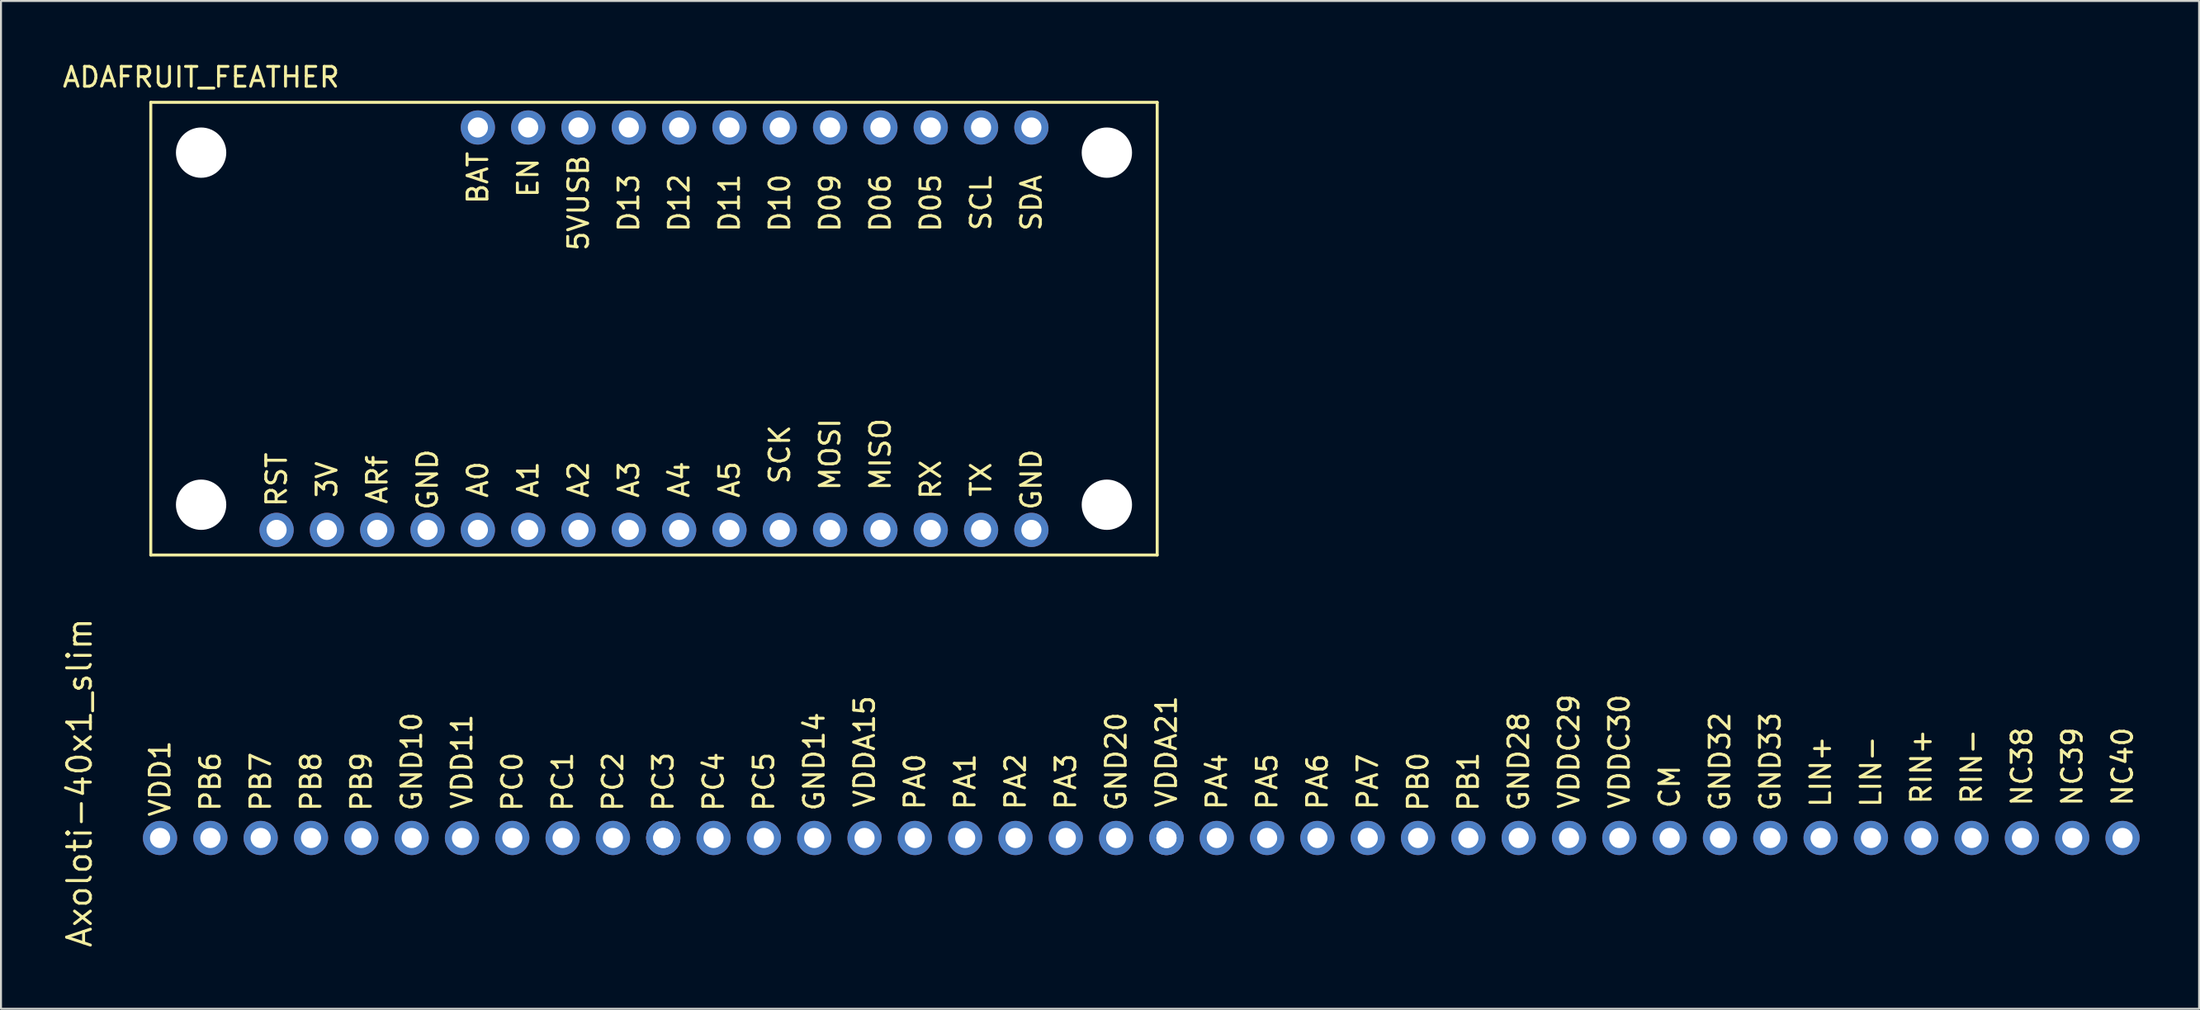
<source format=kicad_pcb>
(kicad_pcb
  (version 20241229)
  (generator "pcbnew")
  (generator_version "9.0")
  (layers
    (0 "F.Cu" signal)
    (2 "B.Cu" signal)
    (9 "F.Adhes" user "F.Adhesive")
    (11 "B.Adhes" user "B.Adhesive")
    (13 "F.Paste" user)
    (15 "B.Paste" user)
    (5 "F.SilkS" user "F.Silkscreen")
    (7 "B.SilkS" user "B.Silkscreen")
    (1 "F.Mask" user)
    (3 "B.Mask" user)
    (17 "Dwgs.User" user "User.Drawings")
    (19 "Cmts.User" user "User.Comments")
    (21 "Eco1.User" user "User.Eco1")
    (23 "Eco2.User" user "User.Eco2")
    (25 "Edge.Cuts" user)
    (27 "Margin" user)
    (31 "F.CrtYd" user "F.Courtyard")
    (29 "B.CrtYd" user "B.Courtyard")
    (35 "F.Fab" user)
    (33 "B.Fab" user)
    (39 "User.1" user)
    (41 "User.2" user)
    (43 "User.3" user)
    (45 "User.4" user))
  (footprint "Axoloti-40x1_slim"
    (layer "F.Cu")
    (at 5.029 39.267)
    (property "Reference" "Axoloti-40x1_slim" (at -4.064 -2.794 90) (layer "F.SilkS") (effects (font (size 1.2 1.2) (thickness 0.15))))
    (attr through_hole)
    (fp_text user "PB6" (at 2.54 -2.842 90) (layer "F.SilkS") (effects (font (size 1 1) (thickness 0.15))))
    (fp_text user "PB1" (at 66.04 -2.842 90) (layer "F.SilkS") (effects (font (size 1 1) (thickness 0.15))))
    (fp_text user "NC40" (at 99.06 -3.604 90) (layer "F.SilkS") (effects (font (size 1 1) (thickness 0.15))))
    (fp_text user "PB7" (at 5.08 -2.842 90) (layer "F.SilkS") (effects (font (size 1 1) (thickness 0.15))))
    (fp_text user "VDDA15" (at 35.56 -4.366 90) (layer "F.SilkS") (effects (font (size 1 1) (thickness 0.15))))
    (fp_text user "VDDC30" (at 73.66 -4.366 90) (layer "F.SilkS") (effects (font (size 1 1) (thickness 0.15))))
    (fp_text user "GND14" (at 33.02 -3.858 90) (layer "F.SilkS") (effects (font (size 1 1) (thickness 0.15))))
    (fp_text user "NC38" (at 93.98 -3.604 90) (layer "F.SilkS") (effects (font (size 1 1) (thickness 0.15))))
    (fp_text user "LIN+" (at 83.82 -3.35 90) (layer "F.SilkS") (effects (font (size 1 1) (thickness 0.15))))
    (fp_text user "PC3" (at 25.4 -2.842 90) (layer "F.SilkS") (effects (font (size 1 1) (thickness 0.15))))
    (fp_text user "PC5" (at 30.48 -2.842 90) (layer "F.SilkS") (effects (font (size 1 1) (thickness 0.15))))
    (fp_text user "RIN+" (at 88.9 -3.604 90) (layer "F.SilkS") (effects (font (size 1 1) (thickness 0.15))))
    (fp_text user "PA5" (at 55.88 -2.842 90) (layer "F.SilkS") (effects (font (size 1 1) (thickness 0.15))))
    (fp_text user "PA4" (at 53.34 -2.842 90) (layer "F.SilkS") (effects (font (size 1 1) (thickness 0.15))))
    (fp_text user "GND28" (at 68.58 -3.858 90) (layer "F.SilkS") (effects (font (size 1 1) (thickness 0.15))))
    (fp_text user "PB9" (at 10.16 -2.842 90) (layer "F.SilkS") (effects (font (size 1 1) (thickness 0.15))))
    (fp_text user "GND10" (at 12.7 -3.858 90) (layer "F.SilkS") (effects (font (size 1 1) (thickness 0.15))))
    (fp_text user "VDDC29" (at 71.12 -4.366 90) (layer "F.SilkS") (effects (font (size 1 1) (thickness 0.15))))
    (fp_text user "VDDA21" (at 50.8 -4.366 90) (layer "F.SilkS") (effects (font (size 1 1) (thickness 0.15))))
    (fp_text user "PA1" (at 40.64 -2.842 90) (layer "F.SilkS") (effects (font (size 1 1) (thickness 0.15))))
    (fp_text user "PA2" (at 43.18 -2.842 90) (layer "F.SilkS") (effects (font (size 1 1) (thickness 0.15))))
    (fp_text user "PB0" (at 63.5 -2.842 90) (layer "F.SilkS") (effects (font (size 1 1) (thickness 0.15))))
    (fp_text user "PC4" (at 27.94 -2.842 90) (layer "F.SilkS") (effects (font (size 1 1) (thickness 0.15))))
    (fp_text user "CM" (at 76.2 -2.588 90) (layer "F.SilkS") (effects (font (size 1 1) (thickness 0.15))))
    (fp_text user "PA0" (at 38.1 -2.842 90) (layer "F.SilkS") (effects (font (size 1 1) (thickness 0.15))))
    (fp_text user "GND32" (at 78.74 -3.858 90) (layer "F.SilkS") (effects (font (size 1 1) (thickness 0.15))))
    (fp_text user "PA3" (at 45.72 -2.842 90) (layer "F.SilkS") (effects (font (size 1 1) (thickness 0.15))))
    (fp_text user "GND33" (at 81.28 -3.858 90) (layer "F.SilkS") (effects (font (size 1 1) (thickness 0.15))))
    (fp_text user "NC39" (at 96.52 -3.604 90) (layer "F.SilkS") (effects (font (size 1 1) (thickness 0.15))))
    (fp_text user "PC1" (at 20.32 -2.842 90) (layer "F.SilkS") (effects (font (size 1 1) (thickness 0.15))))
    (fp_text user "GND20" (at 48.26 -3.858 90) (layer "F.SilkS") (effects (font (size 1 1) (thickness 0.15))))
    (fp_text user "LIN-" (at 86.36 -3.35 90) (layer "F.SilkS") (effects (font (size 1 1) (thickness 0.15))))
    (fp_text user "PA7" (at 60.96 -2.842 90) (layer "F.SilkS") (effects (font (size 1 1) (thickness 0.15))))
    (fp_text user "PC0" (at 17.78 -2.842 90) (layer "F.SilkS") (effects (font (size 1 1) (thickness 0.15))))
    (fp_text user "VDD11" (at 15.24 -3.858 90) (layer "F.SilkS") (effects (font (size 1 1) (thickness 0.15))))
    (fp_text user "PB8" (at 7.62 -2.842 90) (layer "F.SilkS") (effects (font (size 1 1) (thickness 0.15))))
    (fp_text user "VDD1" (at 0 -3 90) (layer "F.SilkS") (effects (font (size 1 1) (thickness 0.15))))
    (fp_text user "PA6" (at 58.42 -2.842 90) (layer "F.SilkS") (effects (font (size 1 1) (thickness 0.15))))
    (fp_text user "RIN-" (at 91.44 -3.604 90) (layer "F.SilkS") (effects (font (size 1 1) (thickness 0.15))))
    (fp_text user "PC2" (at 22.86 -2.842 90) (layer "F.SilkS") (effects (font (size 1 1) (thickness 0.15))))
    (pad "1" thru_hole circle (at 0 0) (size 1.727 1.727) (drill 1.016) (layers "*.Cu" "*.Mask"))
    (pad "2" thru_hole circle (at 2.54 0) (size 1.727 1.727) (drill 1.016) (layers "*.Cu" "*.Mask"))
    (pad "3" thru_hole circle (at 5.08 0) (size 1.727 1.727) (drill 1.016) (layers "*.Cu" "*.Mask"))
    (pad "4" thru_hole circle (at 7.62 0) (size 1.727 1.727) (drill 1.016) (layers "*.Cu" "*.Mask"))
    (pad "5" thru_hole circle (at 10.16 0) (size 1.727 1.727) (drill 1.016) (layers "*.Cu" "*.Mask"))
    (pad "6" thru_hole circle (at 12.7 0) (size 1.727 1.727) (drill 1.016) (layers "*.Cu" "*.Mask"))
    (pad "7" thru_hole circle (at 15.24 0) (size 1.727 1.727) (drill 1.016) (layers "*.Cu" "*.Mask"))
    (pad "8" thru_hole circle (at 17.78 0) (size 1.727 1.727) (drill 1.016) (layers "*.Cu" "*.Mask"))
    (pad "9" thru_hole circle (at 20.32 0) (size 1.727 1.727) (drill 1.016) (layers "*.Cu" "*.Mask"))
    (pad "10" thru_hole circle (at 22.86 0) (size 1.727 1.727) (drill 1.016) (layers "*.Cu" "*.Mask"))
    (pad "11" thru_hole circle (at 25.4 0) (size 1.727 1.727) (drill 1.016) (layers "*.Cu" "*.Mask"))
    (pad "11" thru_hole circle (at 25.4 0) (size 1.727 1.727) (drill 1.016) (layers "*.Cu" "*.Mask"))
    (pad "12" thru_hole circle (at 27.94 0) (size 1.727 1.727) (drill 1.016) (layers "*.Cu" "*.Mask"))
    (pad "13" thru_hole circle (at 30.48 0) (size 1.727 1.727) (drill 1.016) (layers "*.Cu" "*.Mask"))
    (pad "14" thru_hole circle (at 33.02 0) (size 1.727 1.727) (drill 1.016) (layers "*.Cu" "*.Mask"))
    (pad "15" thru_hole circle (at 35.56 0) (size 1.727 1.727) (drill 1.016) (layers "*.Cu" "*.Mask"))
    (pad "16" thru_hole circle (at 38.1 0) (size 1.727 1.727) (drill 1.016) (layers "*.Cu" "*.Mask"))
    (pad "17" thru_hole circle (at 40.64 0) (size 1.727 1.727) (drill 1.016) (layers "*.Cu" "*.Mask"))
    (pad "18" thru_hole circle (at 43.18 0) (size 1.727 1.727) (drill 1.016) (layers "*.Cu" "*.Mask"))
    (pad "19" thru_hole circle (at 45.72 0) (size 1.727 1.727) (drill 1.016) (layers "*.Cu" "*.Mask"))
    (pad "20" thru_hole circle (at 48.26 0) (size 1.727 1.727) (drill 1.016) (layers "*.Cu" "*.Mask"))
    (pad "21" thru_hole circle (at 50.8 0) (size 1.727 1.727) (drill 1.016) (layers "*.Cu" "*.Mask"))
    (pad "21" thru_hole circle (at 50.8 0) (size 1.727 1.727) (drill 1.016) (layers "*.Cu" "*.Mask"))
    (pad "22" thru_hole circle (at 53.34 0) (size 1.727 1.727) (drill 1.016) (layers "*.Cu" "*.Mask"))
    (pad "23" thru_hole circle (at 55.88 0) (size 1.727 1.727) (drill 1.016) (layers "*.Cu" "*.Mask"))
    (pad "24" thru_hole circle (at 58.42 0) (size 1.727 1.727) (drill 1.016) (layers "*.Cu" "*.Mask"))
    (pad "25" thru_hole circle (at 60.96 0) (size 1.727 1.727) (drill 1.016) (layers "*.Cu" "*.Mask"))
    (pad "26" thru_hole circle (at 63.5 0) (size 1.727 1.727) (drill 1.016) (layers "*.Cu" "*.Mask"))
    (pad "27" thru_hole circle (at 66.04 0) (size 1.727 1.727) (drill 1.016) (layers "*.Cu" "*.Mask"))
    (pad "28" thru_hole circle (at 68.58 0) (size 1.727 1.727) (drill 1.016) (layers "*.Cu" "*.Mask"))
    (pad "29" thru_hole circle (at 71.12 0) (size 1.727 1.727) (drill 1.016) (layers "*.Cu" "*.Mask"))
    (pad "30" thru_hole circle (at 73.66 0) (size 1.727 1.727) (drill 1.016) (layers "*.Cu" "*.Mask"))
    (pad "31" thru_hole circle (at 76.2 0) (size 1.727 1.727) (drill 1.016) (layers "*.Cu" "*.Mask"))
    (pad "32" thru_hole circle (at 78.74 0) (size 1.727 1.727) (drill 1.016) (layers "*.Cu" "*.Mask"))
    (pad "33" thru_hole circle (at 81.28 0) (size 1.727 1.727) (drill 1.016) (layers "*.Cu" "*.Mask"))
    (pad "34" thru_hole circle (at 83.82 0) (size 1.727 1.727) (drill 1.016) (layers "*.Cu" "*.Mask"))
    (pad "35" thru_hole circle (at 86.36 0) (size 1.727 1.727) (drill 1.016) (layers "*.Cu" "*.Mask"))
    (pad "36" thru_hole circle (at 88.9 0) (size 1.727 1.727) (drill 1.016) (layers "*.Cu" "*.Mask"))
    (pad "37" thru_hole circle (at 91.44 0) (size 1.727 1.727) (drill 1.016) (layers "*.Cu" "*.Mask"))
    (pad "38" thru_hole circle (at 93.98 0) (size 1.727 1.727) (drill 1.016) (layers "*.Cu" "*.Mask"))
    (pad "39" thru_hole circle (at 96.52 0) (size 1.727 1.727) (drill 1.016) (layers "*.Cu" "*.Mask"))
    (pad "40" thru_hole circle (at 99.06 0) (size 1.727 1.727) (drill 1.016) (layers "*.Cu" "*.Mask")))
  (footprint "ADAFRUIT_FEATHER"
    (layer "F.Cu")
    (at 49.011 23.708)
    (property "Reference" "ADAFRUIT_FEATHER" (at -41.91 -22.86 0) (layer "F.SilkS") (effects (font (size 1 1) (thickness 0.15))))
    (attr through_hole)
    (fp_line (start -44.45 -21.59) (end -44.45 1.27) (stroke (width 0.15) (type solid)) (layer "F.SilkS"))
    (fp_line (start -44.45 1.27) (end 6.35 1.27) (stroke (width 0.15) (type solid)) (layer "F.SilkS"))
    (fp_line (start 6.35 -21.59) (end -44.45 -21.59) (stroke (width 0.15) (type solid)) (layer "F.SilkS"))
    (fp_line (start 6.35 1.27) (end 6.35 -21.59) (stroke (width 0.15) (type solid)) (layer "F.SilkS"))
    (fp_text user "3V" (at -35.56 -2.54 90) (layer "F.SilkS") (effects (font (size 1 1) (thickness 0.15))))
    (fp_text user "A0" (at -27.94 -2.54 90) (layer "F.SilkS") (effects (font (size 1 1) (thickness 0.15))))
    (fp_text user "BAT" (at -27.94 -17.78 90) (layer "F.SilkS") (effects (font (size 1 1) (thickness 0.15))))
    (fp_text user "A2" (at -22.86 -2.54 90) (layer "F.SilkS") (effects (font (size 1 1) (thickness 0.15))))
    (fp_text user "SDA" (at 0 -16.51 90) (layer "F.SilkS") (effects (font (size 1 1) (thickness 0.15))))
    (fp_text user "TX" (at -2.54 -2.54 90) (layer "F.SilkS") (effects (font (size 1 1) (thickness 0.15))))
    (fp_text user "EN" (at -25.4 -17.78 90) (layer "F.SilkS") (effects (font (size 1 1) (thickness 0.15))))
    (fp_text user "D06" (at -7.62 -16.51 90) (layer "F.SilkS") (effects (font (size 1 1) (thickness 0.15))))
    (fp_text user "5VUSB" (at -22.86 -16.51 90) (layer "F.SilkS") (effects (font (size 1 1) (thickness 0.15))))
    (fp_text user "D10" (at -12.7 -16.51 90) (layer "F.SilkS") (effects (font (size 1 1) (thickness 0.15))))
    (fp_text user "MISO" (at -7.62 -3.81 90) (layer "F.SilkS") (effects (font (size 1 1) (thickness 0.15))))
    (fp_text user "A1" (at -25.4 -2.54 90) (layer "F.SilkS") (effects (font (size 1 1) (thickness 0.15))))
    (fp_text user "D11" (at -15.24 -16.51 90) (layer "F.SilkS") (effects (font (size 1 1) (thickness 0.15))))
    (fp_text user "D12" (at -17.78 -16.51 90) (layer "F.SilkS") (effects (font (size 1 1) (thickness 0.15))))
    (fp_text user "RX" (at -5.08 -2.54 90) (layer "F.SilkS") (effects (font (size 1 1) (thickness 0.15))))
    (fp_text user "A3" (at -20.32 -2.54 90) (layer "F.SilkS") (effects (font (size 1 1) (thickness 0.15))))
    (fp_text user "GND" (at 0 -2.54 90) (layer "F.SilkS") (effects (font (size 1 1) (thickness 0.15))))
    (fp_text user "SCK" (at -12.7 -3.81 90) (layer "F.SilkS") (effects (font (size 1 1) (thickness 0.15))))
    (fp_text user "MOSI" (at -10.16 -3.81 90) (layer "F.SilkS") (effects (font (size 1 1) (thickness 0.15))))
    (fp_text user "SCL" (at -2.54 -16.51 90) (layer "F.SilkS") (effects (font (size 1 1) (thickness 0.15))))
    (fp_text user "GND" (at -30.48 -2.54 90) (layer "F.SilkS") (effects (font (size 1 1) (thickness 0.15))))
    (fp_text user "D13" (at -20.32 -16.51 90) (layer "F.SilkS") (effects (font (size 1 1) (thickness 0.15))))
    (fp_text user "RST" (at -38.1 -2.54 90) (layer "F.SilkS") (effects (font (size 1 1) (thickness 0.15))))
    (fp_text user "ARf" (at -33.02 -2.54 90) (layer "F.SilkS") (effects (font (size 1 1) (thickness 0.15))))
    (fp_text user "D05" (at -5.08 -16.51 90) (layer "F.SilkS") (effects (font (size 1 1) (thickness 0.15))))
    (fp_text user "A5" (at -15.24 -2.54 90) (layer "F.SilkS") (effects (font (size 1 1) (thickness 0.15))))
    (fp_text user "D09" (at -10.16 -16.51 90) (layer "F.SilkS") (effects (font (size 1 1) (thickness 0.15))))
    (fp_text user "A4" (at -17.78 -2.54 90) (layer "F.SilkS") (effects (font (size 1 1) (thickness 0.15))))
    (pad "" np_thru_hole circle (at -41.91 -19.05) (size 2.54 2.54) (drill 2.54) (layers "*.Cu" "*.Mask"))
    (pad "" np_thru_hole circle (at -41.91 -1.27) (size 2.54 2.54) (drill 2.54) (layers "*.Cu" "*.Mask"))
    (pad "" np_thru_hole circle (at 3.81 -19.05) (size 2.54 2.54) (drill 2.54) (layers "*.Cu" "*.Mask"))
    (pad "" np_thru_hole circle (at 3.81 -1.27) (size 2.54 2.54) (drill 2.54) (layers "*.Cu" "*.Mask"))
    (pad "3V" thru_hole circle (at -35.56 0) (size 1.727 1.727) (drill 1.016) (layers "*.Cu" "*.Mask"))
    (pad "A0" thru_hole circle (at -27.94 0) (size 1.727 1.727) (drill 1.016) (layers "*.Cu" "*.Mask"))
    (pad "A1" thru_hole circle (at -25.4 0) (size 1.727 1.727) (drill 1.016) (layers "*.Cu" "*.Mask"))
    (pad "A2" thru_hole circle (at -22.86 0) (size 1.727 1.727) (drill 1.016) (layers "*.Cu" "*.Mask"))
    (pad "A3" thru_hole circle (at -20.32 0) (size 1.727 1.727) (drill 1.016) (layers "*.Cu" "*.Mask"))
    (pad "A4" thru_hole circle (at -17.78 0) (size 1.727 1.727) (drill 1.016) (layers "*.Cu" "*.Mask"))
    (pad "A5" thru_hole circle (at -15.24 0) (size 1.727 1.727) (drill 1.016) (layers "*.Cu" "*.Mask"))
    (pad "ARf" thru_hole circle (at -33.02 0) (size 1.727 1.727) (drill 1.016) (layers "*.Cu" "*.Mask"))
    (pad "BAT" thru_hole circle (at -27.94 -20.32) (size 1.727 1.727) (drill 1.016) (layers "*.Cu" "*.Mask"))
    (pad "D05" thru_hole circle (at -5.08 -20.32) (size 1.727 1.727) (drill 1.016) (layers "*.Cu" "*.Mask"))
    (pad "D06" thru_hole circle (at -7.62 -20.32) (size 1.727 1.727) (drill 1.016) (layers "*.Cu" "*.Mask"))
    (pad "D09" thru_hole circle (at -10.16 -20.32) (size 1.727 1.727) (drill 1.016) (layers "*.Cu" "*.Mask"))
    (pad "D10" thru_hole circle (at -12.7 -20.32) (size 1.727 1.727) (drill 1.016) (layers "*.Cu" "*.Mask"))
    (pad "D11" thru_hole circle (at -15.24 -20.32) (size 1.727 1.727) (drill 1.016) (layers "*.Cu" "*.Mask"))
    (pad "D12" thru_hole circle (at -17.78 -20.32) (size 1.727 1.727) (drill 1.016) (layers "*.Cu" "*.Mask"))
    (pad "D13" thru_hole circle (at -20.32 -20.32) (size 1.727 1.727) (drill 1.016) (layers "*.Cu" "*.Mask"))
    (pad "EN" thru_hole circle (at -25.4 -20.32) (size 1.727 1.727) (drill 1.016) (layers "*.Cu" "*.Mask"))
    (pad "GND" thru_hole circle (at -30.48 0) (size 1.727 1.727) (drill 1.016) (layers "*.Cu" "*.Mask"))
    (pad "GND" thru_hole circle (at 0 0) (size 1.727 1.727) (drill 1.016) (layers "*.Cu" "*.Mask"))
    (pad "MISO" thru_hole circle (at -7.62 0) (size 1.727 1.727) (drill 1.016) (layers "*.Cu" "*.Mask"))
    (pad "MOSI" thru_hole circle (at -10.16 0) (size 1.727 1.727) (drill 1.016) (layers "*.Cu" "*.Mask"))
    (pad "RST" thru_hole circle (at -38.1 0) (size 1.727 1.727) (drill 1.016) (layers "*.Cu" "*.Mask"))
    (pad "RX" thru_hole circle (at -5.08 0) (size 1.727 1.727) (drill 1.016) (layers "*.Cu" "*.Mask"))
    (pad "SCK" thru_hole circle (at -12.7 0) (size 1.727 1.727) (drill 1.016) (layers "*.Cu" "*.Mask"))
    (pad "SCL" thru_hole circle (at -2.54 -20.32) (size 1.727 1.727) (drill 1.016) (layers "*.Cu" "*.Mask"))
    (pad "SDA" thru_hole circle (at 0 -20.32) (size 1.727 1.727) (drill 1.016) (layers "*.Cu" "*.Mask"))
    (pad "TX" thru_hole circle (at -2.54 0) (size 1.727 1.727) (drill 1.016) (layers "*.Cu" "*.Mask"))
    (pad "USB" thru_hole circle (at -22.86 -20.32) (size 1.727 1.727) (drill 1.016) (layers "*.Cu" "*.Mask")))
  (gr_rect
    (start -3 -3)
    (end 107.953 47.892)
    (stroke (width 0.1) (type default))
    (fill no)
    (layer "Edge.Cuts")))
</source>
